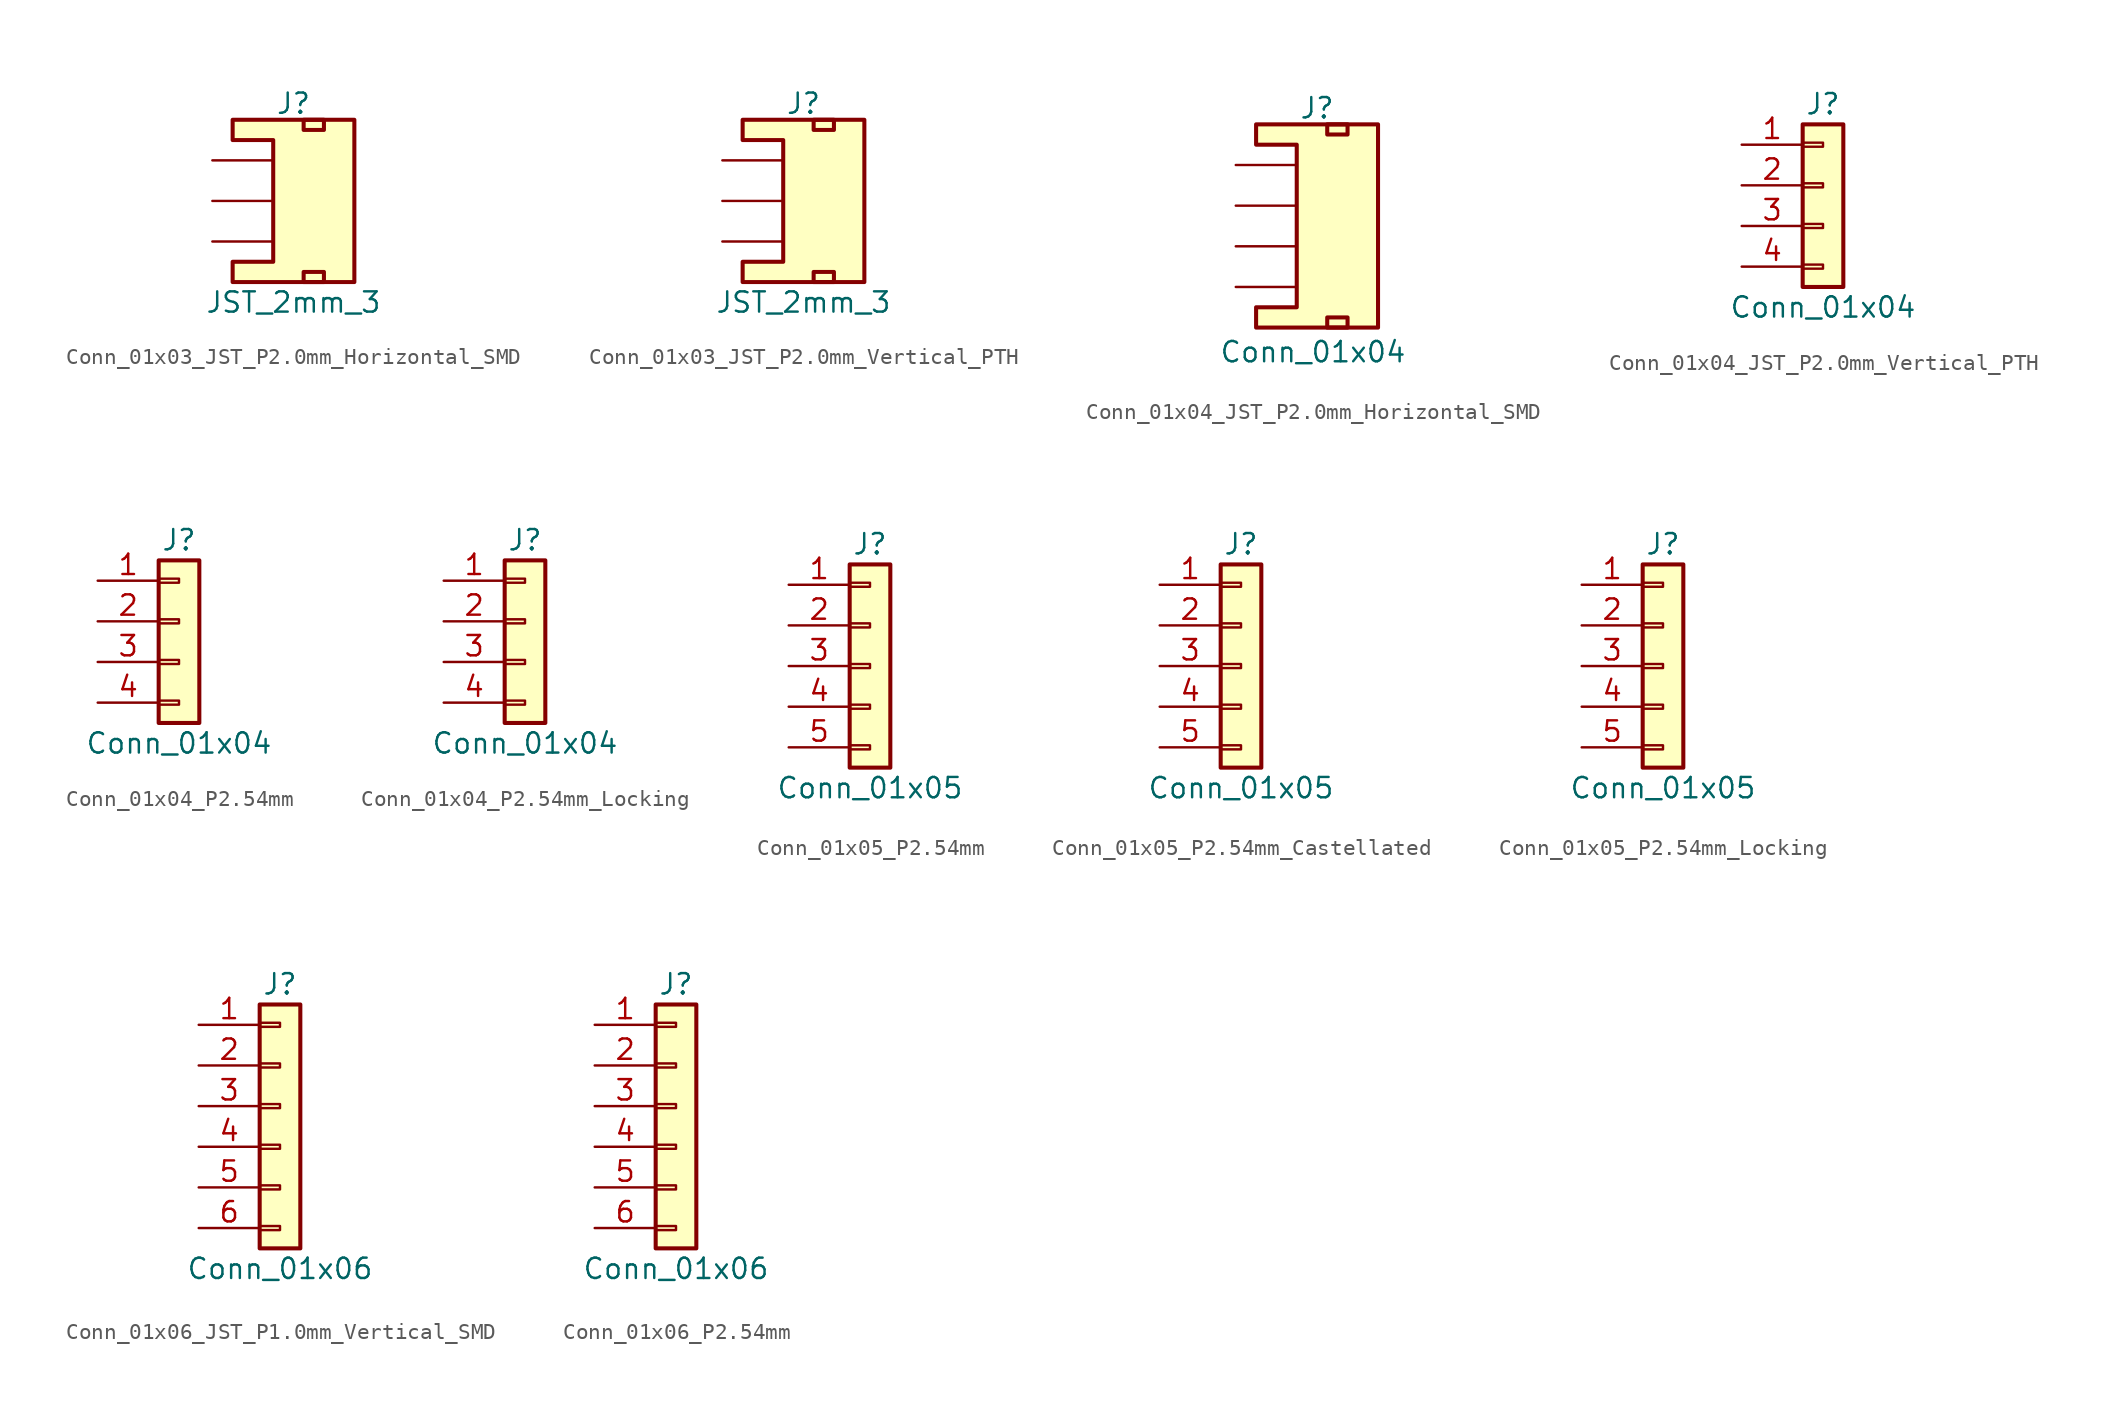
<source format=kicad_sym>
(kicad_symbol_lib
  (version 20241209)
  (generator "kicad_symbol_editor")
  (generator_version "9.0")
  (symbol "Conn_01x03_JST_P2.0mm_Horizontal_SMD"
    (pin_numbers
      (hide yes))
    (pin_names
      (offset 1.016)
      (hide yes))
    (property "Reference" "J"
      (at 0 6.096 0)
      (effects (font (size 1.27 1.27))))
    (property "Value" "JST_2mm_3"
      (at 0 -6.35 0)
      (effects (font (size 1.27 1.27))))
    (symbol "Conn_01x03_JST_P2.0mm_Horizontal_SMD_1_1"
      (polyline (pts (xy -1.27 3.81) (xy -3.81 3.81) (xy -3.81 5.08) (xy 3.81 5.08) (xy 3.81 -5.08) (xy -3.81 -5.08) (xy -3.81 -3.81) (xy -1.27 -3.81) (xy -1.27 3.81)) (stroke (width 0.254) (type default)) (fill (type background)))
      (rectangle (start 0.635 5.08) (end 1.905 4.445) (stroke (width 0.254) (type default)) (fill (type none)))
      (rectangle (start 0.635 -4.445) (end 1.905 -5.08) (stroke (width 0.254) (type default)) (fill (type none)))
      (pin passive line (at -5.08 2.54 0) (length 3.81) (name "1" (effects (font (size 1.27 1.27)))) (number "1" (effects (font (size 1.27 1.27)))))
      (pin passive line (at -5.08 0 0) (length 3.81) (name "2" (effects (font (size 1.27 1.27)))) (number "2" (effects (font (size 1.27 1.27)))))
      (pin passive line (at -5.08 -2.54 0) (length 3.81) (name "3" (effects (font (size 1.27 1.27)))) (number "3" (effects (font (size 1.27 1.27)))))))
  (symbol "Conn_01x03_JST_P2.0mm_Vertical_PTH"
    (pin_numbers
      (hide yes))
    (pin_names
      (offset 1.016)
      (hide yes))
    (property "Reference" "J"
      (at 0 6.096 0)
      (effects (font (size 1.27 1.27))))
    (property "Value" "JST_2mm_3"
      (at 0 -6.35 0)
      (effects (font (size 1.27 1.27))))
    (symbol "Conn_01x03_JST_P2.0mm_Vertical_PTH_1_1"
      (polyline (pts (xy -1.27 3.81) (xy -3.81 3.81) (xy -3.81 5.08) (xy 3.81 5.08) (xy 3.81 -5.08) (xy -3.81 -5.08) (xy -3.81 -3.81) (xy -1.27 -3.81) (xy -1.27 3.81)) (stroke (width 0.254) (type default)) (fill (type background)))
      (rectangle (start 0.635 5.08) (end 1.905 4.445) (stroke (width 0.254) (type default)) (fill (type none)))
      (rectangle (start 0.635 -4.445) (end 1.905 -5.08) (stroke (width 0.254) (type default)) (fill (type none)))
      (pin passive line (at -5.08 2.54 0) (length 3.81) (name "1" (effects (font (size 1.27 1.27)))) (number "1" (effects (font (size 1.27 1.27)))))
      (pin passive line (at -5.08 0 0) (length 3.81) (name "2" (effects (font (size 1.27 1.27)))) (number "2" (effects (font (size 1.27 1.27)))))
      (pin passive line (at -5.08 -2.54 0) (length 3.81) (name "3" (effects (font (size 1.27 1.27)))) (number "3" (effects (font (size 1.27 1.27)))))))
  (symbol "Conn_01x04_JST_P2.0mm_Horizontal_SMD"
    (pin_numbers
      (hide yes))
    (pin_names
      (offset 1.016)
      (hide yes))
    (property "Reference" "J"
      (at 0 6.096 0)
      (effects (font (size 1.27 1.27))))
    (property "Value" "Conn_01x04"
      (at -0.254 -9.144 0)
      (effects (font (size 1.27 1.27))))
    (symbol "Conn_01x04_JST_P2.0mm_Horizontal_SMD_1_1"
      (polyline (pts (xy -1.27 3.81) (xy -3.81 3.81) (xy -3.81 5.08) (xy 3.81 5.08) (xy 3.81 -7.62) (xy -3.81 -7.62) (xy -3.81 -6.35) (xy -1.27 -6.35) (xy -1.27 3.81)) (stroke (width 0.254) (type default)) (fill (type background)))
      (rectangle (start 0.635 5.08) (end 1.905 4.445) (stroke (width 0.254) (type default)) (fill (type none)))
      (rectangle (start 0.635 -6.985) (end 1.905 -7.62) (stroke (width 0.254) (type default)) (fill (type none)))
      (pin passive line (at -5.08 2.54 0) (length 3.81) (name "1" (effects (font (size 1.27 1.27)))) (number "1" (effects (font (size 1.27 1.27)))))
      (pin passive line (at -5.08 0 0) (length 3.81) (name "2" (effects (font (size 1.27 1.27)))) (number "2" (effects (font (size 1.27 1.27)))))
      (pin passive line (at -5.08 -2.54 0) (length 3.81) (name "3" (effects (font (size 1.27 1.27)))) (number "3" (effects (font (size 1.27 1.27)))))
      (pin passive line (at -5.08 -5.08 0) (length 3.81) (name "4" (effects (font (size 1.27 1.27)))) (number "4" (effects (font (size 1.27 1.27)))))))
  (symbol "Conn_01x04_JST_P2.0mm_Vertical_PTH"
    (pin_names
      (offset 1.016)
      (hide yes))
    (property "Reference" "J"
      (at 0 5.08 0)
      (effects (font (size 1.27 1.27))))
    (property "Value" "Conn_01x04"
      (at 0 -7.62 0)
      (effects (font (size 1.27 1.27))))
    (symbol "Conn_01x04_JST_P2.0mm_Vertical_PTH_1_1"
      (rectangle (start -1.27 3.81) (end 1.27 -6.35) (stroke (width 0.254) (type default)) (fill (type background)))
      (rectangle (start -1.27 2.667) (end 0 2.413) (stroke (width 0.152) (type default)) (fill (type none)))
      (rectangle (start -1.27 0.127) (end 0 -0.127) (stroke (width 0.152) (type default)) (fill (type none)))
      (rectangle (start -1.27 -2.413) (end 0 -2.667) (stroke (width 0.152) (type default)) (fill (type none)))
      (rectangle (start -1.27 -4.953) (end 0 -5.207) (stroke (width 0.152) (type default)) (fill (type none)))
      (pin passive line (at -5.08 2.54 0) (length 3.81) (name "Pin_1" (effects (font (size 1.27 1.27)))) (number "1" (effects (font (size 1.27 1.27)))))
      (pin passive line (at -5.08 0 0) (length 3.81) (name "Pin_2" (effects (font (size 1.27 1.27)))) (number "2" (effects (font (size 1.27 1.27)))))
      (pin passive line (at -5.08 -2.54 0) (length 3.81) (name "Pin_3" (effects (font (size 1.27 1.27)))) (number "3" (effects (font (size 1.27 1.27)))))
      (pin passive line (at -5.08 -5.08 0) (length 3.81) (name "Pin_4" (effects (font (size 1.27 1.27)))) (number "4" (effects (font (size 1.27 1.27)))))))
  (symbol "Conn_01x04_P2.54mm"
    (pin_names
      (offset 1.016)
      (hide yes))
    (property "Reference" "J"
      (at 0 5.08 0)
      (effects (font (size 1.27 1.27))))
    (property "Value" "Conn_01x04"
      (at 0 -7.62 0)
      (effects (font (size 1.27 1.27))))
    (symbol "Conn_01x04_P2.54mm_1_1"
      (rectangle (start -1.27 3.81) (end 1.27 -6.35) (stroke (width 0.254) (type default)) (fill (type background)))
      (rectangle (start -1.27 2.667) (end 0 2.413) (stroke (width 0.152) (type default)) (fill (type none)))
      (rectangle (start -1.27 0.127) (end 0 -0.127) (stroke (width 0.152) (type default)) (fill (type none)))
      (rectangle (start -1.27 -2.413) (end 0 -2.667) (stroke (width 0.152) (type default)) (fill (type none)))
      (rectangle (start -1.27 -4.953) (end 0 -5.207) (stroke (width 0.152) (type default)) (fill (type none)))
      (pin passive line (at -5.08 2.54 0) (length 3.81) (name "Pin_1" (effects (font (size 1.27 1.27)))) (number "1" (effects (font (size 1.27 1.27)))))
      (pin passive line (at -5.08 0 0) (length 3.81) (name "Pin_2" (effects (font (size 1.27 1.27)))) (number "2" (effects (font (size 1.27 1.27)))))
      (pin passive line (at -5.08 -2.54 0) (length 3.81) (name "Pin_3" (effects (font (size 1.27 1.27)))) (number "3" (effects (font (size 1.27 1.27)))))
      (pin passive line (at -5.08 -5.08 0) (length 3.81) (name "Pin_4" (effects (font (size 1.27 1.27)))) (number "4" (effects (font (size 1.27 1.27)))))))
  (symbol "Conn_01x04_P2.54mm_Locking"
    (pin_names
      (offset 1.016)
      (hide yes))
    (property "Reference" "J"
      (at 0 5.08 0)
      (effects (font (size 1.27 1.27))))
    (property "Value" "Conn_01x04"
      (at 0 -7.62 0)
      (effects (font (size 1.27 1.27))))
    (symbol "Conn_01x04_P2.54mm_Locking_1_1"
      (rectangle (start -1.27 3.81) (end 1.27 -6.35) (stroke (width 0.254) (type default)) (fill (type background)))
      (rectangle (start -1.27 2.667) (end 0 2.413) (stroke (width 0.152) (type default)) (fill (type none)))
      (rectangle (start -1.27 0.127) (end 0 -0.127) (stroke (width 0.152) (type default)) (fill (type none)))
      (rectangle (start -1.27 -2.413) (end 0 -2.667) (stroke (width 0.152) (type default)) (fill (type none)))
      (rectangle (start -1.27 -4.953) (end 0 -5.207) (stroke (width 0.152) (type default)) (fill (type none)))
      (pin passive line (at -5.08 2.54 0) (length 3.81) (name "Pin_1" (effects (font (size 1.27 1.27)))) (number "1" (effects (font (size 1.27 1.27)))))
      (pin passive line (at -5.08 0 0) (length 3.81) (name "Pin_2" (effects (font (size 1.27 1.27)))) (number "2" (effects (font (size 1.27 1.27)))))
      (pin passive line (at -5.08 -2.54 0) (length 3.81) (name "Pin_3" (effects (font (size 1.27 1.27)))) (number "3" (effects (font (size 1.27 1.27)))))
      (pin passive line (at -5.08 -5.08 0) (length 3.81) (name "Pin_4" (effects (font (size 1.27 1.27)))) (number "4" (effects (font (size 1.27 1.27)))))))
  (symbol "Conn_01x05_P2.54mm"
    (pin_names
      (offset 1.016)
      (hide yes))
    (property "Reference" "J"
      (at 0 7.62 0)
      (effects (font (size 1.27 1.27))))
    (property "Value" "Conn_01x05"
      (at 0 -7.62 0)
      (effects (font (size 1.27 1.27))))
    (symbol "Conn_01x05_P2.54mm_1_1"
      (rectangle (start -1.27 6.35) (end 1.27 -6.35) (stroke (width 0.254) (type default)) (fill (type background)))
      (rectangle (start -1.27 5.207) (end 0 4.953) (stroke (width 0.152) (type default)) (fill (type none)))
      (rectangle (start -1.27 2.667) (end 0 2.413) (stroke (width 0.152) (type default)) (fill (type none)))
      (rectangle (start -1.27 0.127) (end 0 -0.127) (stroke (width 0.152) (type default)) (fill (type none)))
      (rectangle (start -1.27 -2.413) (end 0 -2.667) (stroke (width 0.152) (type default)) (fill (type none)))
      (rectangle (start -1.27 -4.953) (end 0 -5.207) (stroke (width 0.152) (type default)) (fill (type none)))
      (pin passive line (at -5.08 5.08 0) (length 3.81) (name "Pin_1" (effects (font (size 1.27 1.27)))) (number "1" (effects (font (size 1.27 1.27)))))
      (pin passive line (at -5.08 2.54 0) (length 3.81) (name "Pin_2" (effects (font (size 1.27 1.27)))) (number "2" (effects (font (size 1.27 1.27)))))
      (pin passive line (at -5.08 0 0) (length 3.81) (name "Pin_3" (effects (font (size 1.27 1.27)))) (number "3" (effects (font (size 1.27 1.27)))))
      (pin passive line (at -5.08 -2.54 0) (length 3.81) (name "Pin_4" (effects (font (size 1.27 1.27)))) (number "4" (effects (font (size 1.27 1.27)))))
      (pin passive line (at -5.08 -5.08 0) (length 3.81) (name "Pin_5" (effects (font (size 1.27 1.27)))) (number "5" (effects (font (size 1.27 1.27)))))))
  (symbol "Conn_01x05_P2.54mm_Castellated"
    (pin_names
      (offset 1.016)
      (hide yes))
    (property "Reference" "J"
      (at 0 7.62 0)
      (effects (font (size 1.27 1.27))))
    (property "Value" "Conn_01x05"
      (at 0 -7.62 0)
      (effects (font (size 1.27 1.27))))
    (symbol "Conn_01x05_P2.54mm_Castellated_1_1"
      (rectangle (start -1.27 6.35) (end 1.27 -6.35) (stroke (width 0.254) (type default)) (fill (type background)))
      (rectangle (start -1.27 5.207) (end 0 4.953) (stroke (width 0.152) (type default)) (fill (type none)))
      (rectangle (start -1.27 2.667) (end 0 2.413) (stroke (width 0.152) (type default)) (fill (type none)))
      (rectangle (start -1.27 0.127) (end 0 -0.127) (stroke (width 0.152) (type default)) (fill (type none)))
      (rectangle (start -1.27 -2.413) (end 0 -2.667) (stroke (width 0.152) (type default)) (fill (type none)))
      (rectangle (start -1.27 -4.953) (end 0 -5.207) (stroke (width 0.152) (type default)) (fill (type none)))
      (pin passive line (at -5.08 5.08 0) (length 3.81) (name "Pin_1" (effects (font (size 1.27 1.27)))) (number "1" (effects (font (size 1.27 1.27)))))
      (pin passive line (at -5.08 2.54 0) (length 3.81) (name "Pin_2" (effects (font (size 1.27 1.27)))) (number "2" (effects (font (size 1.27 1.27)))))
      (pin passive line (at -5.08 0 0) (length 3.81) (name "Pin_3" (effects (font (size 1.27 1.27)))) (number "3" (effects (font (size 1.27 1.27)))))
      (pin passive line (at -5.08 -2.54 0) (length 3.81) (name "Pin_4" (effects (font (size 1.27 1.27)))) (number "4" (effects (font (size 1.27 1.27)))))
      (pin passive line (at -5.08 -5.08 0) (length 3.81) (name "Pin_5" (effects (font (size 1.27 1.27)))) (number "5" (effects (font (size 1.27 1.27)))))))
  (symbol "Conn_01x05_P2.54mm_Locking"
    (pin_names
      (offset 1.016)
      (hide yes))
    (property "Reference" "J"
      (at 0 7.62 0)
      (effects (font (size 1.27 1.27))))
    (property "Value" "Conn_01x05"
      (at 0 -7.62 0)
      (effects (font (size 1.27 1.27))))
    (symbol "Conn_01x05_P2.54mm_Locking_1_1"
      (rectangle (start -1.27 6.35) (end 1.27 -6.35) (stroke (width 0.254) (type default)) (fill (type background)))
      (rectangle (start -1.27 5.207) (end 0 4.953) (stroke (width 0.152) (type default)) (fill (type none)))
      (rectangle (start -1.27 2.667) (end 0 2.413) (stroke (width 0.152) (type default)) (fill (type none)))
      (rectangle (start -1.27 0.127) (end 0 -0.127) (stroke (width 0.152) (type default)) (fill (type none)))
      (rectangle (start -1.27 -2.413) (end 0 -2.667) (stroke (width 0.152) (type default)) (fill (type none)))
      (rectangle (start -1.27 -4.953) (end 0 -5.207) (stroke (width 0.152) (type default)) (fill (type none)))
      (pin passive line (at -5.08 5.08 0) (length 3.81) (name "Pin_1" (effects (font (size 1.27 1.27)))) (number "1" (effects (font (size 1.27 1.27)))))
      (pin passive line (at -5.08 2.54 0) (length 3.81) (name "Pin_2" (effects (font (size 1.27 1.27)))) (number "2" (effects (font (size 1.27 1.27)))))
      (pin passive line (at -5.08 0 0) (length 3.81) (name "Pin_3" (effects (font (size 1.27 1.27)))) (number "3" (effects (font (size 1.27 1.27)))))
      (pin passive line (at -5.08 -2.54 0) (length 3.81) (name "Pin_4" (effects (font (size 1.27 1.27)))) (number "4" (effects (font (size 1.27 1.27)))))
      (pin passive line (at -5.08 -5.08 0) (length 3.81) (name "Pin_5" (effects (font (size 1.27 1.27)))) (number "5" (effects (font (size 1.27 1.27)))))))
  (symbol "Conn_01x06_JST_P1.0mm_Vertical_SMD"
    (pin_names
      (offset 1.016)
      (hide yes))
    (property "Reference" "J"
      (at 0 7.62 0)
      (effects (font (size 1.27 1.27))))
    (property "Value" "Conn_01x06"
      (at 0 -10.16 0)
      (effects (font (size 1.27 1.27))))
    (symbol "Conn_01x06_JST_P1.0mm_Vertical_SMD_1_1"
      (rectangle (start -1.27 6.35) (end 1.27 -8.89) (stroke (width 0.254) (type default)) (fill (type background)))
      (rectangle (start -1.27 5.207) (end 0 4.953) (stroke (width 0.152) (type default)) (fill (type none)))
      (rectangle (start -1.27 2.667) (end 0 2.413) (stroke (width 0.152) (type default)) (fill (type none)))
      (rectangle (start -1.27 0.127) (end 0 -0.127) (stroke (width 0.152) (type default)) (fill (type none)))
      (rectangle (start -1.27 -2.413) (end 0 -2.667) (stroke (width 0.152) (type default)) (fill (type none)))
      (rectangle (start -1.27 -4.953) (end 0 -5.207) (stroke (width 0.152) (type default)) (fill (type none)))
      (rectangle (start -1.27 -7.493) (end 0 -7.747) (stroke (width 0.152) (type default)) (fill (type none)))
      (pin passive line (at -5.08 5.08 0) (length 3.81) (name "Pin_1" (effects (font (size 1.27 1.27)))) (number "1" (effects (font (size 1.27 1.27)))))
      (pin passive line (at -5.08 2.54 0) (length 3.81) (name "Pin_2" (effects (font (size 1.27 1.27)))) (number "2" (effects (font (size 1.27 1.27)))))
      (pin passive line (at -5.08 0 0) (length 3.81) (name "Pin_3" (effects (font (size 1.27 1.27)))) (number "3" (effects (font (size 1.27 1.27)))))
      (pin passive line (at -5.08 -2.54 0) (length 3.81) (name "Pin_4" (effects (font (size 1.27 1.27)))) (number "4" (effects (font (size 1.27 1.27)))))
      (pin passive line (at -5.08 -5.08 0) (length 3.81) (name "Pin_5" (effects (font (size 1.27 1.27)))) (number "5" (effects (font (size 1.27 1.27)))))
      (pin passive line (at -5.08 -7.62 0) (length 3.81) (name "Pin_6" (effects (font (size 1.27 1.27)))) (number "6" (effects (font (size 1.27 1.27)))))))
  (symbol "Conn_01x06_P2.54mm"
    (pin_names
      (offset 1.016)
      (hide yes))
    (property "Reference" "J"
      (at 0 7.62 0)
      (effects (font (size 1.27 1.27))))
    (property "Value" "Conn_01x06"
      (at 0 -10.16 0)
      (effects (font (size 1.27 1.27))))
    (symbol "Conn_01x06_P2.54mm_1_1"
      (rectangle (start -1.27 6.35) (end 1.27 -8.89) (stroke (width 0.254) (type default)) (fill (type background)))
      (rectangle (start -1.27 5.207) (end 0 4.953) (stroke (width 0.152) (type default)) (fill (type none)))
      (rectangle (start -1.27 2.667) (end 0 2.413) (stroke (width 0.152) (type default)) (fill (type none)))
      (rectangle (start -1.27 0.127) (end 0 -0.127) (stroke (width 0.152) (type default)) (fill (type none)))
      (rectangle (start -1.27 -2.413) (end 0 -2.667) (stroke (width 0.152) (type default)) (fill (type none)))
      (rectangle (start -1.27 -4.953) (end 0 -5.207) (stroke (width 0.152) (type default)) (fill (type none)))
      (rectangle (start -1.27 -7.493) (end 0 -7.747) (stroke (width 0.152) (type default)) (fill (type none)))
      (pin passive line (at -5.08 5.08 0) (length 3.81) (name "Pin_1" (effects (font (size 1.27 1.27)))) (number "1" (effects (font (size 1.27 1.27)))))
      (pin passive line (at -5.08 2.54 0) (length 3.81) (name "Pin_2" (effects (font (size 1.27 1.27)))) (number "2" (effects (font (size 1.27 1.27)))))
      (pin passive line (at -5.08 0 0) (length 3.81) (name "Pin_3" (effects (font (size 1.27 1.27)))) (number "3" (effects (font (size 1.27 1.27)))))
      (pin passive line (at -5.08 -2.54 0) (length 3.81) (name "Pin_4" (effects (font (size 1.27 1.27)))) (number "4" (effects (font (size 1.27 1.27)))))
      (pin passive line (at -5.08 -5.08 0) (length 3.81) (name "Pin_5" (effects (font (size 1.27 1.27)))) (number "5" (effects (font (size 1.27 1.27)))))
      (pin passive line (at -5.08 -7.62 0) (length 3.81) (name "Pin_6" (effects (font (size 1.27 1.27)))) (number "6" (effects (font (size 1.27 1.27))))))))
</source>
